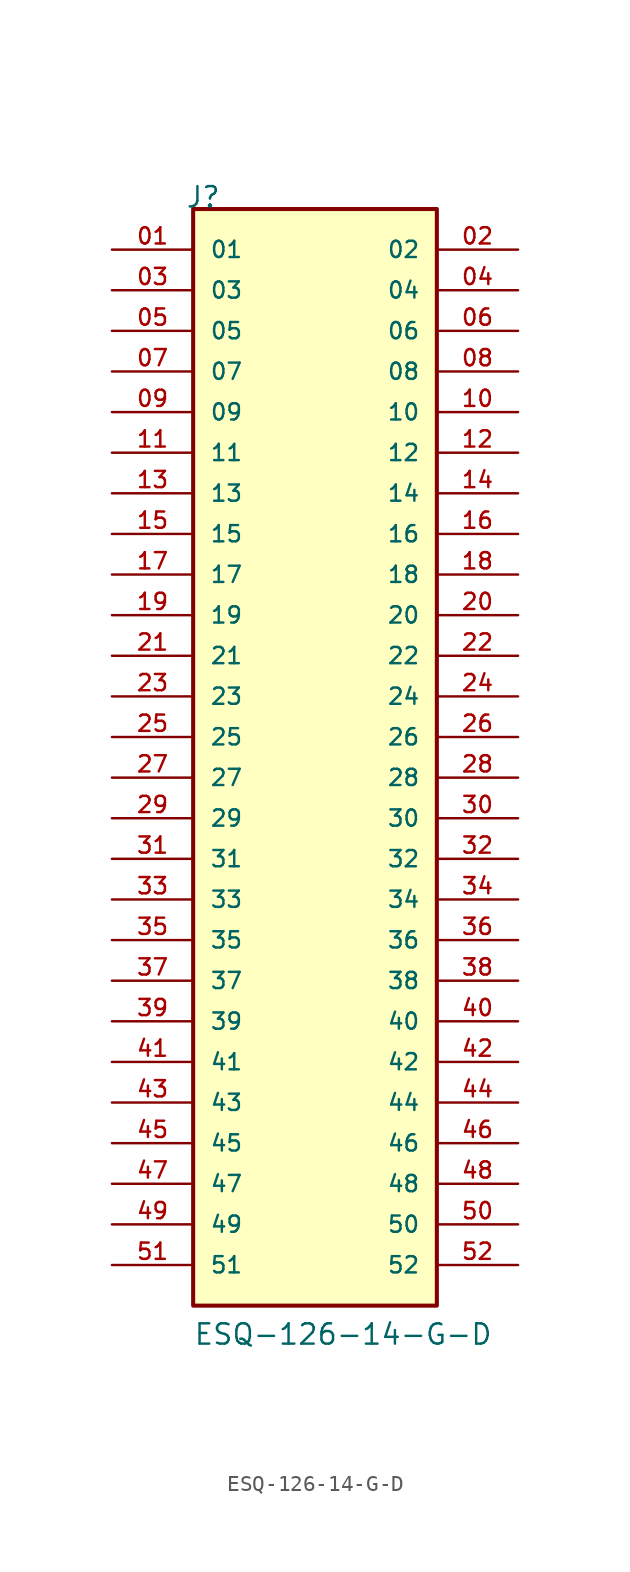
<source format=kicad_sym>
(kicad_symbol_lib
  (version 20211014)
  (generator kicad_symbol_editor)
  (symbol "ESQ-126-14-G-D"
    (pin_names
      (offset 1.016))
    (property "Reference" "J"
      (at -8.12 35.56 0)
      (effects (font (size 1.27 1.27)) (justify bottom left)))
    (property "Value" "ESQ-126-14-G-D"
      (at -7.62 -35.56 0)
      (effects (font (size 1.27 1.27)) (justify bottom left)))
    (symbol "ESQ-126-14-G-D_0_0"
      (rectangle (start -7.62 -33.02) (end 7.62 35.56) (stroke (width 0.254)) (fill (type background)))
      (pin passive line (at -12.7 33.02 0) (length 5.08) (name "01" (effects (font (size 1.016 1.016)))) (number "01" (effects (font (size 1.016 1.016)))))
      (pin passive line (at 12.7 33.02 180.0) (length 5.08) (name "02" (effects (font (size 1.016 1.016)))) (number "02" (effects (font (size 1.016 1.016)))))
      (pin passive line (at -12.7 30.48 0) (length 5.08) (name "03" (effects (font (size 1.016 1.016)))) (number "03" (effects (font (size 1.016 1.016)))))
      (pin passive line (at 12.7 30.48 180.0) (length 5.08) (name "04" (effects (font (size 1.016 1.016)))) (number "04" (effects (font (size 1.016 1.016)))))
      (pin passive line (at -12.7 27.94 0) (length 5.08) (name "05" (effects (font (size 1.016 1.016)))) (number "05" (effects (font (size 1.016 1.016)))))
      (pin passive line (at 12.7 27.94 180.0) (length 5.08) (name "06" (effects (font (size 1.016 1.016)))) (number "06" (effects (font (size 1.016 1.016)))))
      (pin passive line (at -12.7 25.4 0) (length 5.08) (name "07" (effects (font (size 1.016 1.016)))) (number "07" (effects (font (size 1.016 1.016)))))
      (pin passive line (at 12.7 25.4 180.0) (length 5.08) (name "08" (effects (font (size 1.016 1.016)))) (number "08" (effects (font (size 1.016 1.016)))))
      (pin passive line (at -12.7 22.86 0) (length 5.08) (name "09" (effects (font (size 1.016 1.016)))) (number "09" (effects (font (size 1.016 1.016)))))
      (pin passive line (at 12.7 22.86 180.0) (length 5.08) (name "10" (effects (font (size 1.016 1.016)))) (number "10" (effects (font (size 1.016 1.016)))))
      (pin passive line (at -12.7 20.32 0) (length 5.08) (name "11" (effects (font (size 1.016 1.016)))) (number "11" (effects (font (size 1.016 1.016)))))
      (pin passive line (at 12.7 20.32 180.0) (length 5.08) (name "12" (effects (font (size 1.016 1.016)))) (number "12" (effects (font (size 1.016 1.016)))))
      (pin passive line (at -12.7 17.78 0) (length 5.08) (name "13" (effects (font (size 1.016 1.016)))) (number "13" (effects (font (size 1.016 1.016)))))
      (pin passive line (at 12.7 17.78 180.0) (length 5.08) (name "14" (effects (font (size 1.016 1.016)))) (number "14" (effects (font (size 1.016 1.016)))))
      (pin passive line (at -12.7 15.24 0) (length 5.08) (name "15" (effects (font (size 1.016 1.016)))) (number "15" (effects (font (size 1.016 1.016)))))
      (pin passive line (at 12.7 15.24 180.0) (length 5.08) (name "16" (effects (font (size 1.016 1.016)))) (number "16" (effects (font (size 1.016 1.016)))))
      (pin passive line (at -12.7 12.7 0) (length 5.08) (name "17" (effects (font (size 1.016 1.016)))) (number "17" (effects (font (size 1.016 1.016)))))
      (pin passive line (at 12.7 12.7 180.0) (length 5.08) (name "18" (effects (font (size 1.016 1.016)))) (number "18" (effects (font (size 1.016 1.016)))))
      (pin passive line (at -12.7 10.16 0) (length 5.08) (name "19" (effects (font (size 1.016 1.016)))) (number "19" (effects (font (size 1.016 1.016)))))
      (pin passive line (at 12.7 10.16 180.0) (length 5.08) (name "20" (effects (font (size 1.016 1.016)))) (number "20" (effects (font (size 1.016 1.016)))))
      (pin passive line (at -12.7 7.62 0) (length 5.08) (name "21" (effects (font (size 1.016 1.016)))) (number "21" (effects (font (size 1.016 1.016)))))
      (pin passive line (at 12.7 7.62 180.0) (length 5.08) (name "22" (effects (font (size 1.016 1.016)))) (number "22" (effects (font (size 1.016 1.016)))))
      (pin passive line (at -12.7 5.08 0) (length 5.08) (name "23" (effects (font (size 1.016 1.016)))) (number "23" (effects (font (size 1.016 1.016)))))
      (pin passive line (at 12.7 5.08 180.0) (length 5.08) (name "24" (effects (font (size 1.016 1.016)))) (number "24" (effects (font (size 1.016 1.016)))))
      (pin passive line (at -12.7 2.54 0) (length 5.08) (name "25" (effects (font (size 1.016 1.016)))) (number "25" (effects (font (size 1.016 1.016)))))
      (pin passive line (at 12.7 2.54 180.0) (length 5.08) (name "26" (effects (font (size 1.016 1.016)))) (number "26" (effects (font (size 1.016 1.016)))))
      (pin passive line (at -12.7 0.0 0) (length 5.08) (name "27" (effects (font (size 1.016 1.016)))) (number "27" (effects (font (size 1.016 1.016)))))
      (pin passive line (at 12.7 0.0 180.0) (length 5.08) (name "28" (effects (font (size 1.016 1.016)))) (number "28" (effects (font (size 1.016 1.016)))))
      (pin passive line (at -12.7 -2.54 0) (length 5.08) (name "29" (effects (font (size 1.016 1.016)))) (number "29" (effects (font (size 1.016 1.016)))))
      (pin passive line (at 12.7 -2.54 180.0) (length 5.08) (name "30" (effects (font (size 1.016 1.016)))) (number "30" (effects (font (size 1.016 1.016)))))
      (pin passive line (at -12.7 -5.08 0) (length 5.08) (name "31" (effects (font (size 1.016 1.016)))) (number "31" (effects (font (size 1.016 1.016)))))
      (pin passive line (at 12.7 -5.08 180.0) (length 5.08) (name "32" (effects (font (size 1.016 1.016)))) (number "32" (effects (font (size 1.016 1.016)))))
      (pin passive line (at -12.7 -7.62 0) (length 5.08) (name "33" (effects (font (size 1.016 1.016)))) (number "33" (effects (font (size 1.016 1.016)))))
      (pin passive line (at 12.7 -7.62 180.0) (length 5.08) (name "34" (effects (font (size 1.016 1.016)))) (number "34" (effects (font (size 1.016 1.016)))))
      (pin passive line (at -12.7 -10.16 0) (length 5.08) (name "35" (effects (font (size 1.016 1.016)))) (number "35" (effects (font (size 1.016 1.016)))))
      (pin passive line (at 12.7 -10.16 180.0) (length 5.08) (name "36" (effects (font (size 1.016 1.016)))) (number "36" (effects (font (size 1.016 1.016)))))
      (pin passive line (at -12.7 -12.7 0) (length 5.08) (name "37" (effects (font (size 1.016 1.016)))) (number "37" (effects (font (size 1.016 1.016)))))
      (pin passive line (at 12.7 -12.7 180.0) (length 5.08) (name "38" (effects (font (size 1.016 1.016)))) (number "38" (effects (font (size 1.016 1.016)))))
      (pin passive line (at -12.7 -15.24 0) (length 5.08) (name "39" (effects (font (size 1.016 1.016)))) (number "39" (effects (font (size 1.016 1.016)))))
      (pin passive line (at 12.7 -15.24 180.0) (length 5.08) (name "40" (effects (font (size 1.016 1.016)))) (number "40" (effects (font (size 1.016 1.016)))))
      (pin passive line (at -12.7 -17.78 0) (length 5.08) (name "41" (effects (font (size 1.016 1.016)))) (number "41" (effects (font (size 1.016 1.016)))))
      (pin passive line (at 12.7 -17.78 180.0) (length 5.08) (name "42" (effects (font (size 1.016 1.016)))) (number "42" (effects (font (size 1.016 1.016)))))
      (pin passive line (at -12.7 -20.32 0) (length 5.08) (name "43" (effects (font (size 1.016 1.016)))) (number "43" (effects (font (size 1.016 1.016)))))
      (pin passive line (at 12.7 -20.32 180.0) (length 5.08) (name "44" (effects (font (size 1.016 1.016)))) (number "44" (effects (font (size 1.016 1.016)))))
      (pin passive line (at -12.7 -22.86 0) (length 5.08) (name "45" (effects (font (size 1.016 1.016)))) (number "45" (effects (font (size 1.016 1.016)))))
      (pin passive line (at 12.7 -22.86 180.0) (length 5.08) (name "46" (effects (font (size 1.016 1.016)))) (number "46" (effects (font (size 1.016 1.016)))))
      (pin passive line (at -12.7 -25.4 0) (length 5.08) (name "47" (effects (font (size 1.016 1.016)))) (number "47" (effects (font (size 1.016 1.016)))))
      (pin passive line (at 12.7 -25.4 180.0) (length 5.08) (name "48" (effects (font (size 1.016 1.016)))) (number "48" (effects (font (size 1.016 1.016)))))
      (pin passive line (at -12.7 -27.94 0) (length 5.08) (name "49" (effects (font (size 1.016 1.016)))) (number "49" (effects (font (size 1.016 1.016)))))
      (pin passive line (at 12.7 -27.94 180.0) (length 5.08) (name "50" (effects (font (size 1.016 1.016)))) (number "50" (effects (font (size 1.016 1.016)))))
      (pin passive line (at -12.7 -30.48 0) (length 5.08) (name "51" (effects (font (size 1.016 1.016)))) (number "51" (effects (font (size 1.016 1.016)))))
      (pin passive line (at 12.7 -30.48 180.0) (length 5.08) (name "52" (effects (font (size 1.016 1.016)))) (number "52" (effects (font (size 1.016 1.016))))))))
</source>
